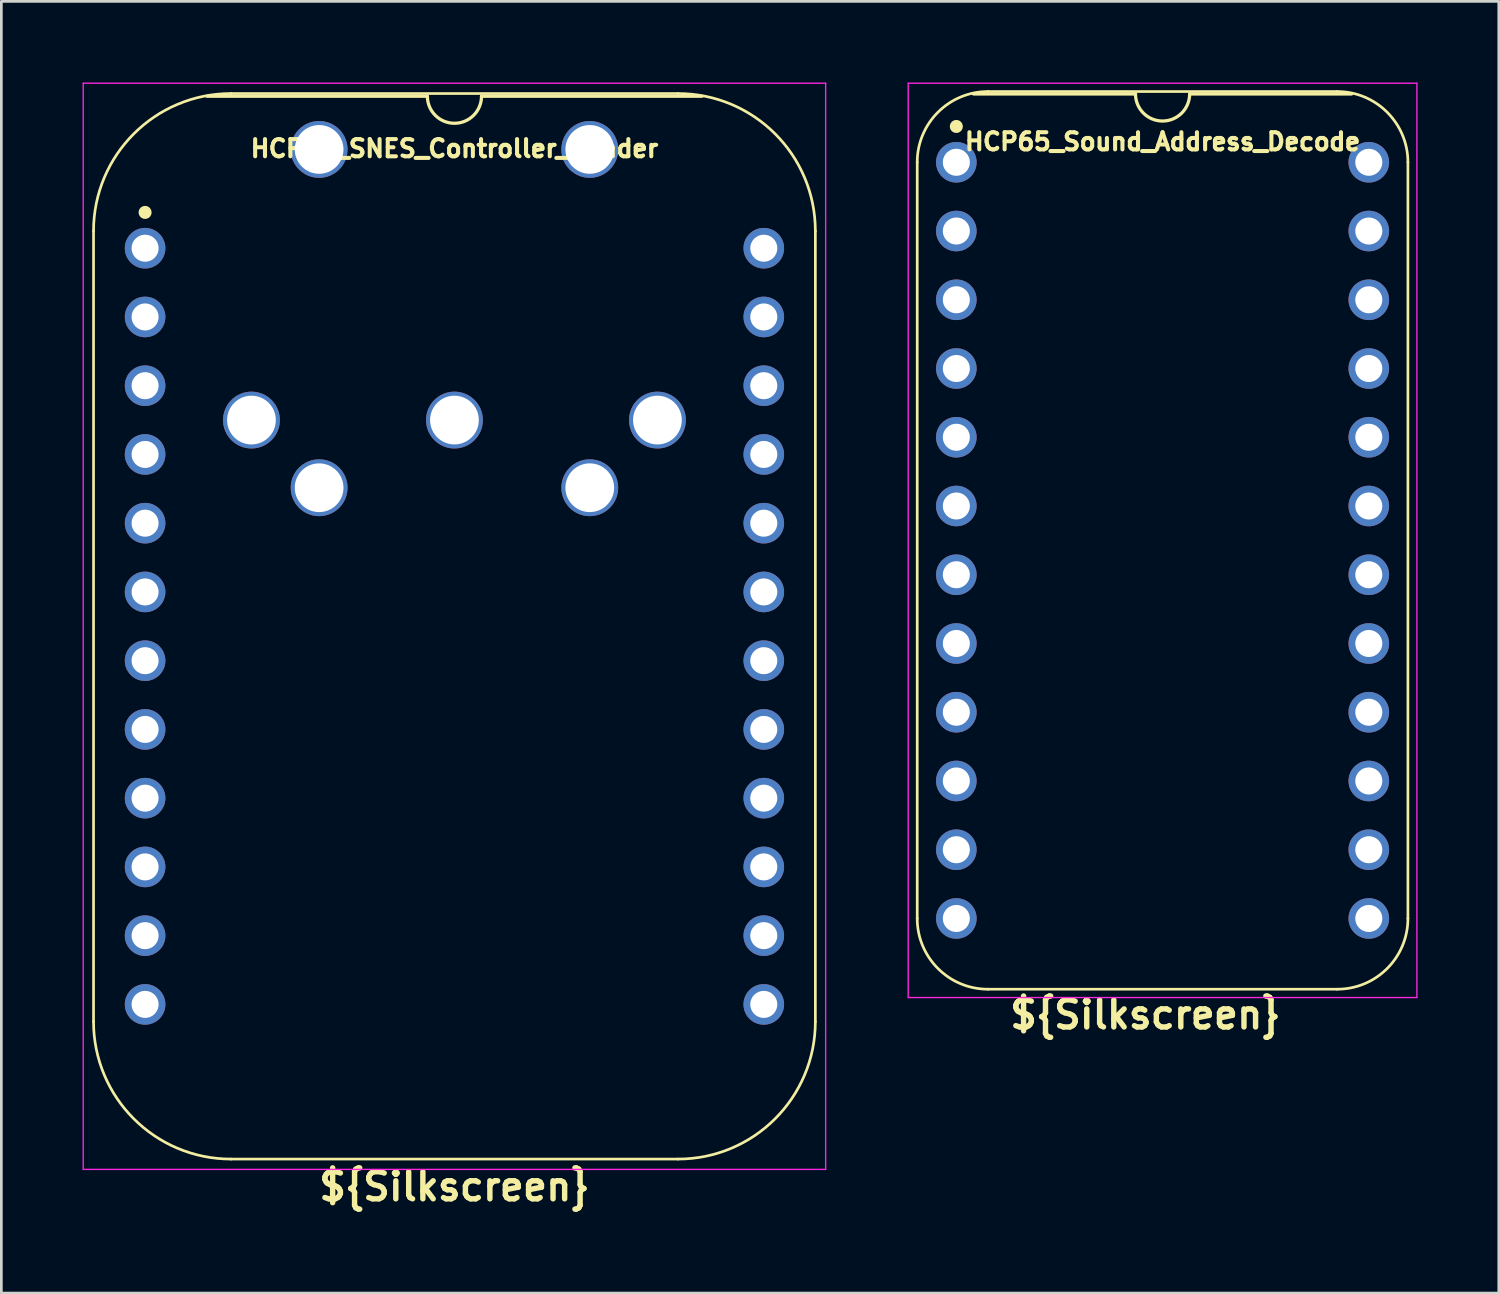
<source format=kicad_pcb>
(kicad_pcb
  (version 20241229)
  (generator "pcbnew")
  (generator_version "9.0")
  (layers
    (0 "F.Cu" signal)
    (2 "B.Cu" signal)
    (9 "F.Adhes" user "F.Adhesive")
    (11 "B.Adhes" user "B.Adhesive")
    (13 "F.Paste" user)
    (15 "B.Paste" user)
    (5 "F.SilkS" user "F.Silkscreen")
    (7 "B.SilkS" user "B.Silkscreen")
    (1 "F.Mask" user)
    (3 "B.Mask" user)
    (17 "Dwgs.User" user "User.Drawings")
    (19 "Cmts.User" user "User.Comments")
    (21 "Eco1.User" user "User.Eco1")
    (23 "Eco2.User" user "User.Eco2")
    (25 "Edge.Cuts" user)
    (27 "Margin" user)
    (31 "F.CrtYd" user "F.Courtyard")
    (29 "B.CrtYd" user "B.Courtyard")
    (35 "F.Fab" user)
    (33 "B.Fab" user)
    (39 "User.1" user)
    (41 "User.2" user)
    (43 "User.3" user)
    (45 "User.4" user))
  (footprint "HCP65_Sound_Address_Decode"
    (layer "F.Cu")
    (at 32.285 2.946)
    (property "Reference" "HCP65_Sound_Address_Decode" (at 7.62 -0.762 0) (layer "F.SilkS") (effects (font (size 0.635 0.635) (thickness 0.15))))
    (attr through_hole)
    (fp_line (start -1.445 27.94) (end -1.445 0) (stroke (width 0.1) (type solid)) (layer "F.SilkS"))
    (fp_line (start 1.168 -2.614) (end 14.072 -2.614) (stroke (width 0.1) (type solid)) (layer "F.SilkS"))
    (fp_line (start 6.62 -2.524) (end 0.635 -2.524) (stroke (width 0.12) (type solid)) (layer "F.SilkS"))
    (fp_line (start 14.072 30.554) (end 1.168 30.554) (stroke (width 0.1) (type solid)) (layer "F.SilkS"))
    (fp_line (start 14.605 -2.524) (end 8.62 -2.524) (stroke (width 0.12) (type solid)) (layer "F.SilkS"))
    (fp_line (start 16.685 27.94) (end 16.685 0) (stroke (width 0.1) (type solid)) (layer "F.SilkS"))
    (fp_arc (start -1.445332 0) (mid -0.679788 -1.848188) (end 1.1684 -2.613732) (stroke (width 0.1) (type solid)) (layer "F.SilkS"))
    (fp_arc (start 1.168401 30.553733) (mid -0.679788 29.788189) (end -1.445332 27.94) (stroke (width 0.1) (type solid)) (layer "F.SilkS"))
    (fp_arc (start 8.62 -2.524) (mid 7.62 -1.524) (end 6.62 -2.524) (stroke (width 0.12) (type solid)) (layer "F.SilkS"))
    (fp_arc (start 14.0716 -2.613732) (mid 15.919788 -1.848188) (end 16.685332 0) (stroke (width 0.1) (type solid)) (layer "F.SilkS"))
    (fp_arc (start 16.685333 27.940001) (mid 15.919788 29.788188) (end 14.071601 30.553733) (stroke (width 0.1) (type solid)) (layer "F.SilkS"))
    (fp_circle (center 0 -1.323) (end 0.18 -1.323) (stroke (width 0.12) (type solid)) (fill yes) (layer "F.SilkS"))
    (fp_line (start -1.778 -2.921) (end -1.778 30.861) (stroke (width 0.05) (type solid)) (layer "F.CrtYd"))
    (fp_line (start -1.778 -2.921) (end 17.018 -2.921) (stroke (width 0.05) (type solid)) (layer "F.CrtYd"))
    (fp_line (start -1.778 30.861) (end 17.018 30.861) (stroke (width 0.05) (type solid)) (layer "F.CrtYd"))
    (fp_line (start 17.018 -2.921) (end 17.018 30.861) (stroke (width 0.05) (type solid)) (layer "F.CrtYd"))
    (fp_text user "${Silkscreen}" (at 6.985 31.496 0) (layer "F.SilkS") (effects (font (size 1 1) (thickness 0.2) (bold yes))))
    (pad "1" thru_hole circle (at 0 0) (size 1.5 1.5) (drill 1) (layers "*.Cu" "*.Mask"))
    (pad "2" thru_hole circle (at 0 2.54) (size 1.5 1.5) (drill 1) (layers "*.Cu" "*.Mask"))
    (pad "3" thru_hole circle (at 0 5.08) (size 1.5 1.5) (drill 1) (layers "*.Cu" "*.Mask"))
    (pad "4" thru_hole circle (at 0 7.62) (size 1.5 1.5) (drill 1) (layers "*.Cu" "*.Mask"))
    (pad "5" thru_hole circle (at 0 10.16) (size 1.5 1.5) (drill 1) (layers "*.Cu" "*.Mask"))
    (pad "6" thru_hole circle (at 0 12.7) (size 1.5 1.5) (drill 1) (layers "*.Cu" "*.Mask"))
    (pad "7" thru_hole circle (at 0 15.24) (size 1.5 1.5) (drill 1) (layers "*.Cu" "*.Mask"))
    (pad "8" thru_hole circle (at 0 17.78) (size 1.5 1.5) (drill 1) (layers "*.Cu" "*.Mask"))
    (pad "9" thru_hole circle (at 0 20.32) (size 1.5 1.5) (drill 1) (layers "*.Cu" "*.Mask"))
    (pad "10" thru_hole circle (at 0 22.86) (size 1.5 1.5) (drill 1) (layers "*.Cu" "*.Mask"))
    (pad "11" thru_hole circle (at 0 25.4) (size 1.5 1.5) (drill 1) (layers "*.Cu" "*.Mask"))
    (pad "12" thru_hole circle (at 0 27.94) (size 1.5 1.5) (drill 1) (layers "*.Cu" "*.Mask"))
    (pad "13" thru_hole circle (at 15.24 27.94) (size 1.5 1.5) (drill 1) (layers "*.Cu" "*.Mask"))
    (pad "14" thru_hole circle (at 15.24 25.4) (size 1.5 1.5) (drill 1) (layers "*.Cu" "*.Mask"))
    (pad "15" thru_hole circle (at 15.24 22.86) (size 1.5 1.5) (drill 1) (layers "*.Cu" "*.Mask"))
    (pad "16" thru_hole circle (at 15.24 20.32) (size 1.5 1.5) (drill 1) (layers "*.Cu" "*.Mask"))
    (pad "17" thru_hole circle (at 15.24 17.78) (size 1.5 1.5) (drill 1) (layers "*.Cu" "*.Mask"))
    (pad "18" thru_hole circle (at 15.24 15.24) (size 1.5 1.5) (drill 1) (layers "*.Cu" "*.Mask"))
    (pad "19" thru_hole circle (at 15.24 12.7) (size 1.5 1.5) (drill 1) (layers "*.Cu" "*.Mask"))
    (pad "20" thru_hole circle (at 15.24 10.16) (size 1.5 1.5) (drill 1) (layers "*.Cu" "*.Mask"))
    (pad "21" thru_hole circle (at 15.24 7.62) (size 1.5 1.5) (drill 1) (layers "*.Cu" "*.Mask"))
    (pad "22" thru_hole circle (at 15.24 5.08) (size 1.5 1.5) (drill 1) (layers "*.Cu" "*.Mask"))
    (pad "23" thru_hole circle (at 15.24 2.54) (size 1.5 1.5) (drill 1) (layers "*.Cu" "*.Mask"))
    (pad "24" thru_hole circle (at 15.24 0) (size 1.5 1.5) (drill 1) (layers "*.Cu" "*.Mask")))
  (footprint "HCP65_SNES_Controller_Reader"
    (layer "F.Cu")
    (at 2.311 6.121)
    (property "Reference" "HCP65_SNES_Controller_Reader" (at 11.43 -3.683 0) (layer "F.SilkS") (effects (font (size 0.635 0.635) (thickness 0.15))))
    (property "Silkscreen" "${Silkscreen}" (at 11.43 34.671 0) (layer "F.SilkS") (effects (font (size 1 1) (thickness 0.2))))
    (attr through_hole)
    (fp_line (start -1.905 -0.635) (end -1.905 28.575) (stroke (width 0.1) (type solid)) (layer "F.SilkS"))
    (fp_line (start 10.43 -5.616) (end 2.286 -5.616) (stroke (width 0.12) (type solid)) (layer "F.SilkS"))
    (fp_line (start 19.685 -5.715) (end 3.175 -5.715) (stroke (width 0.1) (type solid)) (layer "F.SilkS"))
    (fp_line (start 19.685 33.655) (end 3.175 33.655) (stroke (width 0.1) (type solid)) (layer "F.SilkS"))
    (fp_line (start 20.574 -5.616) (end 12.43 -5.616) (stroke (width 0.12) (type solid)) (layer "F.SilkS"))
    (fp_line (start 24.765 28.575) (end 24.765 -0.635) (stroke (width 0.1) (type solid)) (layer "F.SilkS"))
    (fp_arc (start -1.905 -0.635) (mid -0.417102 -4.227102) (end 3.175 -5.715) (stroke (width 0.1) (type solid)) (layer "F.SilkS"))
    (fp_arc (start 3.175 33.655) (mid -0.417102 32.167102) (end -1.905 28.575) (stroke (width 0.1) (type solid)) (layer "F.SilkS"))
    (fp_arc (start 12.43 -5.616) (mid 11.43 -4.616) (end 10.43 -5.616) (stroke (width 0.12) (type solid)) (layer "F.SilkS"))
    (fp_arc (start 19.685 -5.715) (mid 23.277102 -4.227102) (end 24.765 -0.635) (stroke (width 0.1) (type solid)) (layer "F.SilkS"))
    (fp_arc (start 24.765 28.575) (mid 23.277102 32.167102) (end 19.685 33.655) (stroke (width 0.1) (type solid)) (layer "F.SilkS"))
    (fp_circle (center 0 -1.323) (end 0.18 -1.323) (stroke (width 0.12) (type solid)) (fill yes) (layer "F.SilkS"))
    (fp_line (start -2.286 -6.096) (end -2.286 34.036) (stroke (width 0.05) (type solid)) (layer "F.CrtYd"))
    (fp_line (start -2.286 -6.096) (end 25.146 -6.096) (stroke (width 0.05) (type solid)) (layer "F.CrtYd"))
    (fp_line (start -2.286 34.036) (end 25.146 34.036) (stroke (width 0.05) (type solid)) (layer "F.CrtYd"))
    (fp_line (start 25.146 34.036) (end 25.146 -6.096) (stroke (width 0.05) (type solid)) (layer "F.CrtYd"))
    (pad "" np_thru_hole circle (at 3.93 6.35 270) (size 2.1 2.1) (drill 1.8) (layers "*.Cu" "*.Mask"))
    (pad "" np_thru_hole circle (at 6.43 -3.65 270) (size 2.1 2.1) (drill 1.8) (layers "*.Cu" "*.Mask"))
    (pad "" np_thru_hole circle (at 6.43 8.85 270) (size 2.1 2.1) (drill 1.8) (layers "*.Cu" "*.Mask"))
    (pad "" np_thru_hole circle (at 11.43 6.35 270) (size 2.1 2.1) (drill 1.8) (layers "*.Cu" "*.Mask"))
    (pad "" np_thru_hole circle (at 16.43 -3.65 270) (size 2.1 2.1) (drill 1.8) (layers "*.Cu" "*.Mask"))
    (pad "" np_thru_hole circle (at 16.43 8.85 270) (size 2.1 2.1) (drill 1.8) (layers "*.Cu" "*.Mask"))
    (pad "" np_thru_hole circle (at 18.93 6.35 270) (size 2.1 2.1) (drill 1.8) (layers "*.Cu" "*.Mask"))
    (pad "1" thru_hole circle (at 0 0) (size 1.5 1.5) (drill 1) (layers "*.Cu" "*.Mask"))
    (pad "2" thru_hole circle (at 0 2.54) (size 1.5 1.5) (drill 1) (layers "*.Cu" "*.Mask"))
    (pad "3" thru_hole circle (at 0 5.08) (size 1.5 1.5) (drill 1) (layers "*.Cu" "*.Mask"))
    (pad "4" thru_hole circle (at 0 7.62) (size 1.5 1.5) (drill 1) (layers "*.Cu" "*.Mask"))
    (pad "5" thru_hole circle (at 0 10.16) (size 1.5 1.5) (drill 1) (layers "*.Cu" "*.Mask"))
    (pad "6" thru_hole circle (at 0 12.7) (size 1.5 1.5) (drill 1) (layers "*.Cu" "*.Mask"))
    (pad "7" thru_hole circle (at 0 15.24) (size 1.5 1.5) (drill 1) (layers "*.Cu" "*.Mask"))
    (pad "8" thru_hole circle (at 0 17.78) (size 1.5 1.5) (drill 1) (layers "*.Cu" "*.Mask"))
    (pad "9" thru_hole circle (at 0 20.32) (size 1.5 1.5) (drill 1) (layers "*.Cu" "*.Mask"))
    (pad "10" thru_hole circle (at 0 22.86) (size 1.5 1.5) (drill 1) (layers "*.Cu" "*.Mask"))
    (pad "11" thru_hole circle (at 0 25.4) (size 1.5 1.5) (drill 1) (layers "*.Cu" "*.Mask"))
    (pad "12" thru_hole circle (at 0 27.94) (size 1.5 1.5) (drill 1) (layers "*.Cu" "*.Mask"))
    (pad "13" thru_hole circle (at 22.86 27.94) (size 1.5 1.5) (drill 1) (layers "*.Cu" "*.Mask"))
    (pad "14" thru_hole circle (at 22.86 25.4) (size 1.5 1.5) (drill 1) (layers "*.Cu" "*.Mask"))
    (pad "15" thru_hole circle (at 22.86 22.86) (size 1.5 1.5) (drill 1) (layers "*.Cu" "*.Mask"))
    (pad "16" thru_hole circle (at 22.86 20.32) (size 1.5 1.5) (drill 1) (layers "*.Cu" "*.Mask"))
    (pad "17" thru_hole circle (at 22.86 17.78) (size 1.5 1.5) (drill 1) (layers "*.Cu" "*.Mask"))
    (pad "18" thru_hole circle (at 22.86 15.24) (size 1.5 1.5) (drill 1) (layers "*.Cu" "*.Mask"))
    (pad "19" thru_hole circle (at 22.86 12.7) (size 1.5 1.5) (drill 1) (layers "*.Cu" "*.Mask"))
    (pad "20" thru_hole circle (at 22.86 10.16) (size 1.5 1.5) (drill 1) (layers "*.Cu" "*.Mask"))
    (pad "21" thru_hole circle (at 22.86 7.62) (size 1.5 1.5) (drill 1) (layers "*.Cu" "*.Mask"))
    (pad "22" thru_hole circle (at 22.86 5.08) (size 1.5 1.5) (drill 1) (layers "*.Cu" "*.Mask"))
    (pad "23" thru_hole circle (at 22.86 2.54) (size 1.5 1.5) (drill 1) (layers "*.Cu" "*.Mask"))
    (pad "24" thru_hole circle (at 22.86 0) (size 1.5 1.5) (drill 1) (layers "*.Cu" "*.Mask")))
  (gr_rect
    (start -3 -3)
    (end 52.328 44.728)
    (stroke (width 0.1) (type default))
    (fill no)
    (layer "Edge.Cuts")))
</source>
